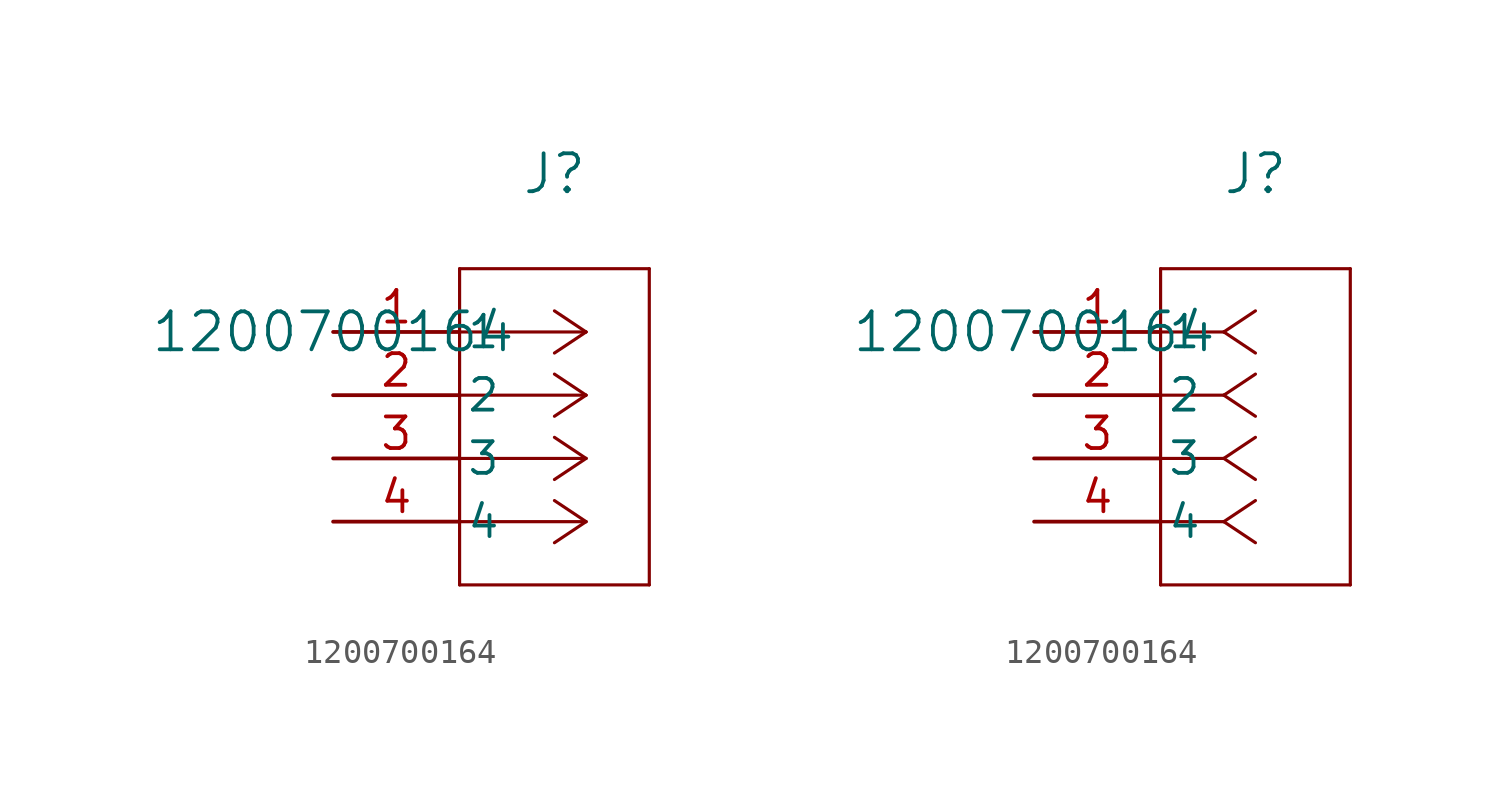
<source format=kicad_sym>
(kicad_symbol_lib
  (version 20211014)
  (generator kicad_symbol_editor)
  (symbol "1200700164"
    (pin_names
      (offset 0.254))
    (property "Reference" "J"
      (at 8.89 6.35 0)
      (effects (font (size 1.524 1.524))))
    (property "Value" "1200700164"
      (at 0 0 0)
      (effects (font (size 1.524 1.524))))
    (symbol "1200700164_1_1"
      (polyline (pts (xy 10.16 0) (xy 5.08 0)) (stroke (width 0.127) (type default) (color 0 0 0 0)) (fill (type none)))
      (polyline (pts (xy 10.16 -2.54) (xy 5.08 -2.54)) (stroke (width 0.127) (type default) (color 0 0 0 0)) (fill (type none)))
      (polyline (pts (xy 10.16 -5.08) (xy 5.08 -5.08)) (stroke (width 0.127) (type default) (color 0 0 0 0)) (fill (type none)))
      (polyline (pts (xy 10.16 -7.62) (xy 5.08 -7.62)) (stroke (width 0.127) (type default) (color 0 0 0 0)) (fill (type none)))
      (polyline (pts (xy 10.16 0) (xy 8.89 0.847)) (stroke (width 0.127) (type default) (color 0 0 0 0)) (fill (type none)))
      (polyline (pts (xy 10.16 -2.54) (xy 8.89 -1.693)) (stroke (width 0.127) (type default) (color 0 0 0 0)) (fill (type none)))
      (polyline (pts (xy 10.16 -5.08) (xy 8.89 -4.233)) (stroke (width 0.127) (type default) (color 0 0 0 0)) (fill (type none)))
      (polyline (pts (xy 10.16 -7.62) (xy 8.89 -6.773)) (stroke (width 0.127) (type default) (color 0 0 0 0)) (fill (type none)))
      (polyline (pts (xy 10.16 0) (xy 8.89 -0.847)) (stroke (width 0.127) (type default) (color 0 0 0 0)) (fill (type none)))
      (polyline (pts (xy 10.16 -2.54) (xy 8.89 -3.387)) (stroke (width 0.127) (type default) (color 0 0 0 0)) (fill (type none)))
      (polyline (pts (xy 10.16 -5.08) (xy 8.89 -5.927)) (stroke (width 0.127) (type default) (color 0 0 0 0)) (fill (type none)))
      (polyline (pts (xy 10.16 -7.62) (xy 8.89 -8.467)) (stroke (width 0.127) (type default) (color 0 0 0 0)) (fill (type none)))
      (polyline (pts (xy 5.08 2.54) (xy 5.08 -10.16)) (stroke (width 0.127) (type default) (color 0 0 0 0)) (fill (type none)))
      (polyline (pts (xy 5.08 -10.16) (xy 12.7 -10.16)) (stroke (width 0.127) (type default) (color 0 0 0 0)) (fill (type none)))
      (polyline (pts (xy 12.7 -10.16) (xy 12.7 2.54)) (stroke (width 0.127) (type default) (color 0 0 0 0)) (fill (type none)))
      (polyline (pts (xy 12.7 2.54) (xy 5.08 2.54)) (stroke (width 0.127) (type default) (color 0 0 0 0)) (fill (type none)))
      (pin unspecified line (at 0 0 0) (length 5.08) (name "1" (effects (font (size 1.27 1.27)))) (number "1" (effects (font (size 1.27 1.27)))))
      (pin unspecified line (at 0 -2.54 0) (length 5.08) (name "2" (effects (font (size 1.27 1.27)))) (number "2" (effects (font (size 1.27 1.27)))))
      (pin unspecified line (at 0 -5.08 0) (length 5.08) (name "3" (effects (font (size 1.27 1.27)))) (number "3" (effects (font (size 1.27 1.27)))))
      (pin unspecified line (at 0 -7.62 0) (length 5.08) (name "4" (effects (font (size 1.27 1.27)))) (number "4" (effects (font (size 1.27 1.27))))))
    (symbol "1200700164_1_2"
      (polyline (pts (xy 7.62 0) (xy 5.08 0)) (stroke (width 0.127) (type default) (color 0 0 0 0)) (fill (type none)))
      (polyline (pts (xy 7.62 -2.54) (xy 5.08 -2.54)) (stroke (width 0.127) (type default) (color 0 0 0 0)) (fill (type none)))
      (polyline (pts (xy 7.62 -5.08) (xy 5.08 -5.08)) (stroke (width 0.127) (type default) (color 0 0 0 0)) (fill (type none)))
      (polyline (pts (xy 7.62 -7.62) (xy 5.08 -7.62)) (stroke (width 0.127) (type default) (color 0 0 0 0)) (fill (type none)))
      (polyline (pts (xy 7.62 0) (xy 8.89 0.847)) (stroke (width 0.127) (type default) (color 0 0 0 0)) (fill (type none)))
      (polyline (pts (xy 7.62 -2.54) (xy 8.89 -1.693)) (stroke (width 0.127) (type default) (color 0 0 0 0)) (fill (type none)))
      (polyline (pts (xy 7.62 -5.08) (xy 8.89 -4.233)) (stroke (width 0.127) (type default) (color 0 0 0 0)) (fill (type none)))
      (polyline (pts (xy 7.62 -7.62) (xy 8.89 -6.773)) (stroke (width 0.127) (type default) (color 0 0 0 0)) (fill (type none)))
      (polyline (pts (xy 7.62 0) (xy 8.89 -0.847)) (stroke (width 0.127) (type default) (color 0 0 0 0)) (fill (type none)))
      (polyline (pts (xy 7.62 -2.54) (xy 8.89 -3.387)) (stroke (width 0.127) (type default) (color 0 0 0 0)) (fill (type none)))
      (polyline (pts (xy 7.62 -5.08) (xy 8.89 -5.927)) (stroke (width 0.127) (type default) (color 0 0 0 0)) (fill (type none)))
      (polyline (pts (xy 7.62 -7.62) (xy 8.89 -8.467)) (stroke (width 0.127) (type default) (color 0 0 0 0)) (fill (type none)))
      (polyline (pts (xy 5.08 2.54) (xy 5.08 -10.16)) (stroke (width 0.127) (type default) (color 0 0 0 0)) (fill (type none)))
      (polyline (pts (xy 5.08 -10.16) (xy 12.7 -10.16)) (stroke (width 0.127) (type default) (color 0 0 0 0)) (fill (type none)))
      (polyline (pts (xy 12.7 -10.16) (xy 12.7 2.54)) (stroke (width 0.127) (type default) (color 0 0 0 0)) (fill (type none)))
      (polyline (pts (xy 12.7 2.54) (xy 5.08 2.54)) (stroke (width 0.127) (type default) (color 0 0 0 0)) (fill (type none)))
      (pin unspecified line (at 0 0 0) (length 5.08) (name "1" (effects (font (size 1.27 1.27)))) (number "1" (effects (font (size 1.27 1.27)))))
      (pin unspecified line (at 0 -2.54 0) (length 5.08) (name "2" (effects (font (size 1.27 1.27)))) (number "2" (effects (font (size 1.27 1.27)))))
      (pin unspecified line (at 0 -5.08 0) (length 5.08) (name "3" (effects (font (size 1.27 1.27)))) (number "3" (effects (font (size 1.27 1.27)))))
      (pin unspecified line (at 0 -7.62 0) (length 5.08) (name "4" (effects (font (size 1.27 1.27)))) (number "4" (effects (font (size 1.27 1.27))))))))
</source>
